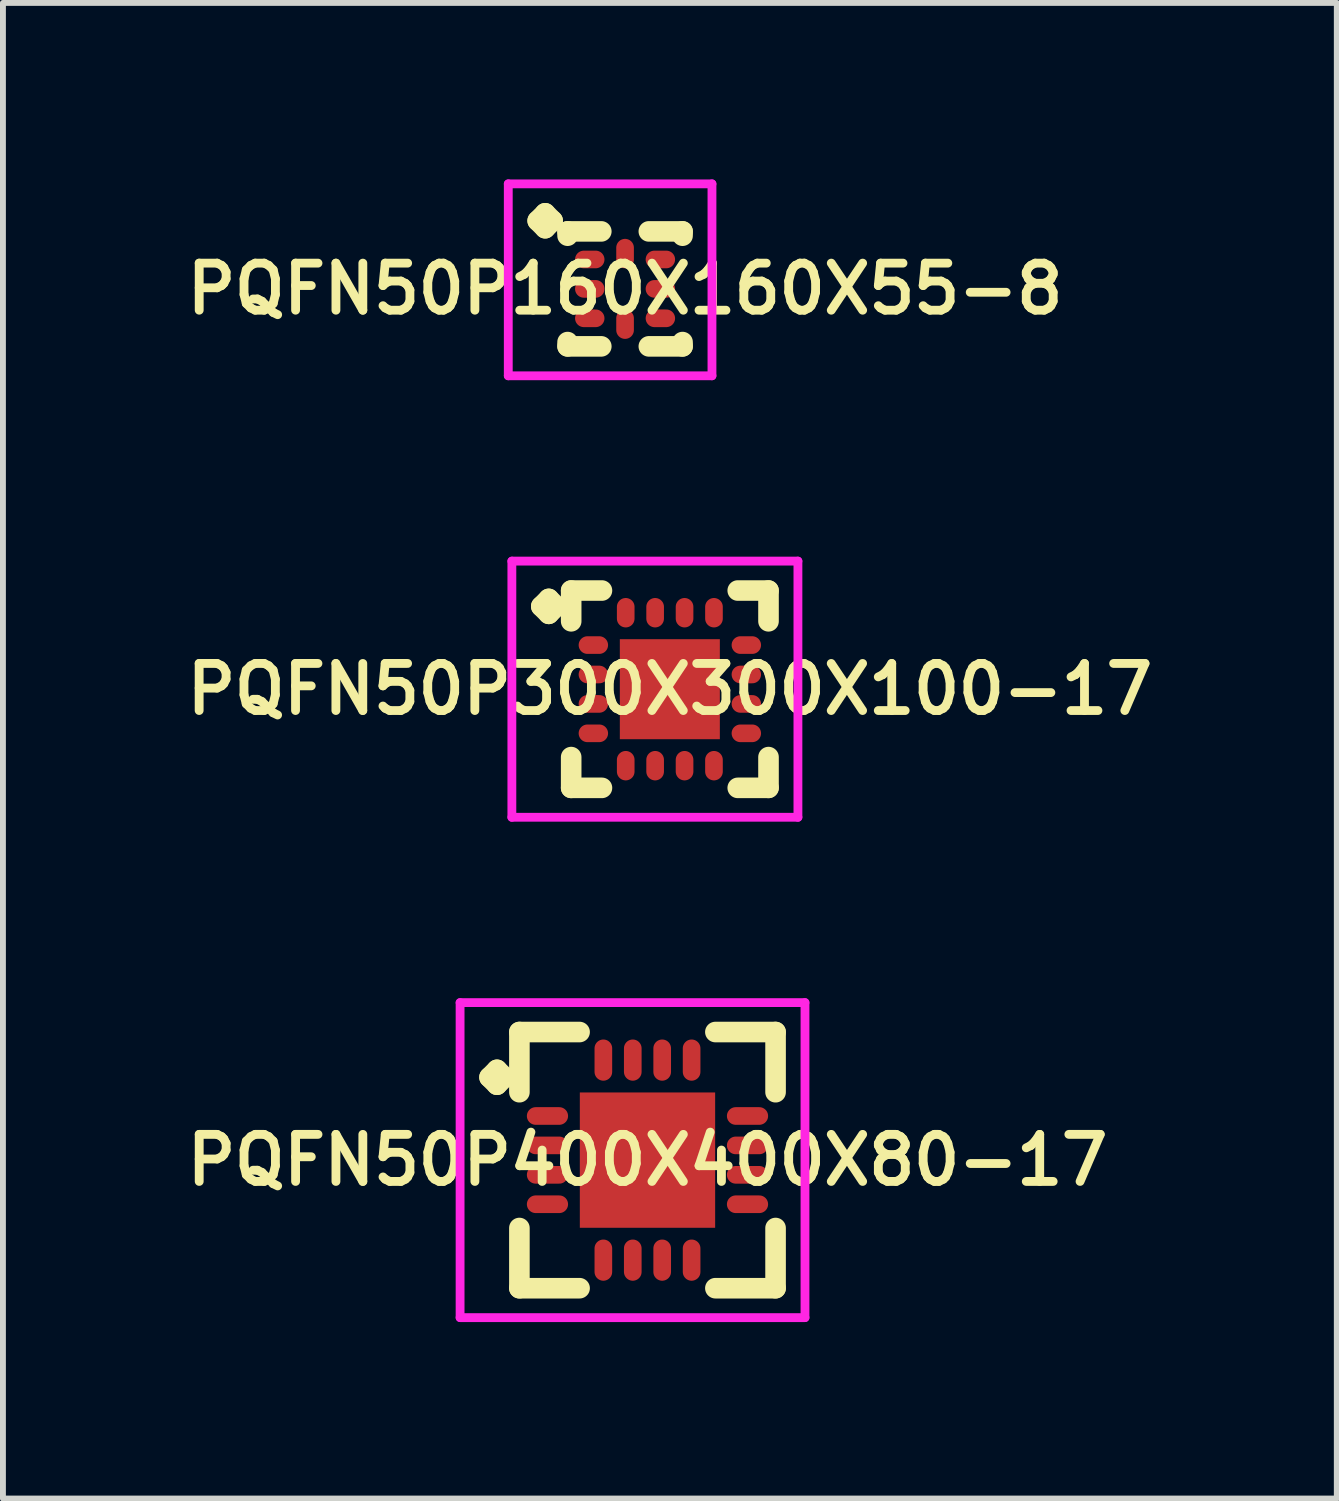
<source format=kicad_pcb>
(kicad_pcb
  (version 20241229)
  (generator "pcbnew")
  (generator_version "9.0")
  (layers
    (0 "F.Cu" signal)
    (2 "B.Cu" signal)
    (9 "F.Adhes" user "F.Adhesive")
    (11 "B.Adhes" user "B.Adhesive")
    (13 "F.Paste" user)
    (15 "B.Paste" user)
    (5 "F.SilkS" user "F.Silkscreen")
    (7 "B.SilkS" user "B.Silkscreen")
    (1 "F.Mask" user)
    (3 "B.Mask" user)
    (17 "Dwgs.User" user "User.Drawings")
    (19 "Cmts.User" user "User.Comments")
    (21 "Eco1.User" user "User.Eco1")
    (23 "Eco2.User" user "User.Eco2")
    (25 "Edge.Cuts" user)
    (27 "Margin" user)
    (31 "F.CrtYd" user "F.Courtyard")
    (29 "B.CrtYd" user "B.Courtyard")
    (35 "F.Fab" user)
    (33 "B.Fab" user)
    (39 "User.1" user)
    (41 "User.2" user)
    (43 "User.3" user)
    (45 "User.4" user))
  (footprint "PQFN50P400X400X80-17"
    (layer "F.Cu")
    (at 7.955 16.668)
    (property "Reference" "PQFN50P400X400X80-17" (at 0 0 0) (layer "F.SilkS") (effects (font (size 0.8 0.8) (thickness 0.15))))
    (attr smd)
    (fp_line (start -2.685 -1.408) (end -2.558 -1.535) (stroke (width 0.35) (type solid)) (layer "F.SilkS"))
    (fp_line (start -2.558 -1.535) (end -2.431 -1.408) (stroke (width 0.35) (type solid)) (layer "F.SilkS"))
    (fp_line (start -2.558 -1.281) (end -2.685 -1.408) (stroke (width 0.35) (type solid)) (layer "F.SilkS"))
    (fp_line (start -2.431 -1.408) (end -2.558 -1.281) (stroke (width 0.35) (type solid)) (layer "F.SilkS"))
    (fp_line (start -2.177 -2.177) (end -1.154 -2.177) (stroke (width 0.35) (type solid)) (layer "F.SilkS"))
    (fp_line (start -2.177 -1.154) (end -2.177 -2.177) (stroke (width 0.35) (type solid)) (layer "F.SilkS"))
    (fp_line (start -2.177 1.154) (end -2.177 2.177) (stroke (width 0.35) (type solid)) (layer "F.SilkS"))
    (fp_line (start -2.177 2.177) (end -1.154 2.177) (stroke (width 0.35) (type solid)) (layer "F.SilkS"))
    (fp_line (start 1.154 -2.177) (end 2.177 -2.177) (stroke (width 0.35) (type solid)) (layer "F.SilkS"))
    (fp_line (start 1.154 2.177) (end 2.177 2.177) (stroke (width 0.35) (type solid)) (layer "F.SilkS"))
    (fp_line (start 2.177 -2.177) (end 2.177 -1.154) (stroke (width 0.35) (type solid)) (layer "F.SilkS"))
    (fp_line (start 2.177 2.177) (end 2.177 1.154) (stroke (width 0.35) (type solid)) (layer "F.SilkS"))
    (fp_line (start -3.185 -2.677) (end 2.677 -2.677) (stroke (width 0.15) (type solid)) (layer "F.CrtYd"))
    (fp_line (start -3.185 2.677) (end -3.185 -2.677) (stroke (width 0.15) (type solid)) (layer "F.CrtYd"))
    (fp_line (start 2.677 -2.677) (end 2.677 2.677) (stroke (width 0.15) (type solid)) (layer "F.CrtYd"))
    (fp_line (start 2.677 2.677) (end -3.185 2.677) (stroke (width 0.15) (type solid)) (layer "F.CrtYd"))
    (pad "1" smd oval (at -1.7 -0.75) (size 0.7 0.3) (layers "F.Cu" "F.Mask" "F.Paste"))
    (pad "2" smd oval (at -1.7 -0.25) (size 0.7 0.3) (layers "F.Cu" "F.Mask" "F.Paste"))
    (pad "3" smd oval (at -1.7 0.25) (size 0.7 0.3) (layers "F.Cu" "F.Mask" "F.Paste"))
    (pad "4" smd oval (at -1.7 0.75) (size 0.7 0.3) (layers "F.Cu" "F.Mask" "F.Paste"))
    (pad "5" smd oval (at -0.75 1.7) (size 0.3 0.7) (layers "F.Cu" "F.Mask" "F.Paste"))
    (pad "6" smd oval (at -0.25 1.7) (size 0.3 0.7) (layers "F.Cu" "F.Mask" "F.Paste"))
    (pad "7" smd oval (at 0.25 1.7) (size 0.3 0.7) (layers "F.Cu" "F.Mask" "F.Paste"))
    (pad "8" smd oval (at 0.75 1.7) (size 0.3 0.7) (layers "F.Cu" "F.Mask" "F.Paste"))
    (pad "9" smd oval (at 1.7 0.75) (size 0.7 0.3) (layers "F.Cu" "F.Mask" "F.Paste"))
    (pad "10" smd oval (at 1.7 0.25) (size 0.7 0.3) (layers "F.Cu" "F.Mask" "F.Paste"))
    (pad "11" smd oval (at 1.7 -0.25) (size 0.7 0.3) (layers "F.Cu" "F.Mask" "F.Paste"))
    (pad "12" smd oval (at 1.7 -0.75) (size 0.7 0.3) (layers "F.Cu" "F.Mask" "F.Paste"))
    (pad "13" smd oval (at 0.75 -1.7) (size 0.3 0.7) (layers "F.Cu" "F.Mask" "F.Paste"))
    (pad "14" smd oval (at 0.25 -1.7) (size 0.3 0.7) (layers "F.Cu" "F.Mask" "F.Paste"))
    (pad "15" smd oval (at -0.25 -1.7) (size 0.3 0.7) (layers "F.Cu" "F.Mask" "F.Paste"))
    (pad "16" smd oval (at -0.75 -1.7) (size 0.3 0.7) (layers "F.Cu" "F.Mask" "F.Paste"))
    (pad "17" smd rect (at 0 0) (size 2.3 2.3) (layers "F.Cu" "F.Mask" "F.Paste")))
  (footprint "PQFN50P300X300X100-17"
    (layer "F.Cu")
    (at 8.335 8.664)
    (property "Reference" "PQFN50P300X300X100-17" (at 0 0 0) (layer "F.SilkS") (effects (font (size 0.8 0.8) (thickness 0.15))))
    (attr smd)
    (fp_line (start -2.185 -1.408) (end -2.058 -1.535) (stroke (width 0.35) (type solid)) (layer "F.SilkS"))
    (fp_line (start -2.058 -1.535) (end -1.931 -1.408) (stroke (width 0.35) (type solid)) (layer "F.SilkS"))
    (fp_line (start -2.058 -1.281) (end -2.185 -1.408) (stroke (width 0.35) (type solid)) (layer "F.SilkS"))
    (fp_line (start -1.931 -1.408) (end -2.058 -1.281) (stroke (width 0.35) (type solid)) (layer "F.SilkS"))
    (fp_line (start -1.677 -1.677) (end -1.154 -1.677) (stroke (width 0.35) (type solid)) (layer "F.SilkS"))
    (fp_line (start -1.677 -1.154) (end -1.677 -1.677) (stroke (width 0.35) (type solid)) (layer "F.SilkS"))
    (fp_line (start -1.677 1.154) (end -1.677 1.677) (stroke (width 0.35) (type solid)) (layer "F.SilkS"))
    (fp_line (start -1.677 1.677) (end -1.154 1.677) (stroke (width 0.35) (type solid)) (layer "F.SilkS"))
    (fp_line (start 1.154 -1.677) (end 1.677 -1.677) (stroke (width 0.35) (type solid)) (layer "F.SilkS"))
    (fp_line (start 1.154 1.677) (end 1.677 1.677) (stroke (width 0.35) (type solid)) (layer "F.SilkS"))
    (fp_line (start 1.677 -1.677) (end 1.677 -1.154) (stroke (width 0.35) (type solid)) (layer "F.SilkS"))
    (fp_line (start 1.677 1.677) (end 1.677 1.154) (stroke (width 0.35) (type solid)) (layer "F.SilkS"))
    (fp_line (start -2.685 -2.177) (end 2.177 -2.177) (stroke (width 0.15) (type solid)) (layer "F.CrtYd"))
    (fp_line (start -2.685 2.177) (end -2.685 -2.177) (stroke (width 0.15) (type solid)) (layer "F.CrtYd"))
    (fp_line (start 2.177 -2.177) (end 2.177 2.177) (stroke (width 0.15) (type solid)) (layer "F.CrtYd"))
    (fp_line (start 2.177 2.177) (end -2.685 2.177) (stroke (width 0.15) (type solid)) (layer "F.CrtYd"))
    (pad "1" smd oval (at -1.3 -0.75) (size 0.5 0.3) (layers "F.Cu" "F.Mask" "F.Paste"))
    (pad "2" smd oval (at -1.3 -0.25) (size 0.5 0.3) (layers "F.Cu" "F.Mask" "F.Paste"))
    (pad "3" smd oval (at -1.3 0.25) (size 0.5 0.3) (layers "F.Cu" "F.Mask" "F.Paste"))
    (pad "4" smd oval (at -1.3 0.75) (size 0.5 0.3) (layers "F.Cu" "F.Mask" "F.Paste"))
    (pad "5" smd oval (at -0.75 1.3) (size 0.3 0.5) (layers "F.Cu" "F.Mask" "F.Paste"))
    (pad "6" smd oval (at -0.25 1.3) (size 0.3 0.5) (layers "F.Cu" "F.Mask" "F.Paste"))
    (pad "7" smd oval (at 0.25 1.3) (size 0.3 0.5) (layers "F.Cu" "F.Mask" "F.Paste"))
    (pad "8" smd oval (at 0.75 1.3) (size 0.3 0.5) (layers "F.Cu" "F.Mask" "F.Paste"))
    (pad "9" smd oval (at 1.3 0.75) (size 0.5 0.3) (layers "F.Cu" "F.Mask" "F.Paste"))
    (pad "10" smd oval (at 1.3 0.25) (size 0.5 0.3) (layers "F.Cu" "F.Mask" "F.Paste"))
    (pad "11" smd oval (at 1.3 -0.25) (size 0.5 0.3) (layers "F.Cu" "F.Mask" "F.Paste"))
    (pad "12" smd oval (at 1.3 -0.75) (size 0.5 0.3) (layers "F.Cu" "F.Mask" "F.Paste"))
    (pad "13" smd oval (at 0.75 -1.3) (size 0.3 0.5) (layers "F.Cu" "F.Mask" "F.Paste"))
    (pad "14" smd oval (at 0.25 -1.3) (size 0.3 0.5) (layers "F.Cu" "F.Mask" "F.Paste"))
    (pad "15" smd oval (at -0.25 -1.3) (size 0.3 0.5) (layers "F.Cu" "F.Mask" "F.Paste"))
    (pad "16" smd oval (at -0.75 -1.3) (size 0.3 0.5) (layers "F.Cu" "F.Mask" "F.Paste"))
    (pad "17" smd rect (at 0 0) (size 1.7 1.7) (layers "F.Cu" "F.Mask" "F.Paste")))
  (footprint "PQFN50P160X160X55-8"
    (layer "F.Cu")
    (at 7.574 1.86)
    (property "Reference" "PQFN50P160X160X55-8" (at 0 0 0) (layer "F.SilkS") (effects (font (size 0.8 0.8) (thickness 0.15))))
    (attr smd)
    (fp_line (start -1.485 -1.158) (end -1.358 -1.285) (stroke (width 0.35) (type solid)) (layer "F.SilkS"))
    (fp_line (start -1.358 -1.285) (end -1.231 -1.158) (stroke (width 0.35) (type solid)) (layer "F.SilkS"))
    (fp_line (start -1.358 -1.031) (end -1.485 -1.158) (stroke (width 0.35) (type solid)) (layer "F.SilkS"))
    (fp_line (start -1.231 -1.158) (end -1.358 -1.031) (stroke (width 0.35) (type solid)) (layer "F.SilkS"))
    (fp_line (start -0.977 -0.977) (end -0.404 -0.977) (stroke (width 0.35) (type solid)) (layer "F.SilkS"))
    (fp_line (start -0.977 -0.904) (end -0.977 -0.977) (stroke (width 0.35) (type solid)) (layer "F.SilkS"))
    (fp_line (start -0.977 0.904) (end -0.977 0.977) (stroke (width 0.35) (type solid)) (layer "F.SilkS"))
    (fp_line (start -0.977 0.977) (end -0.404 0.977) (stroke (width 0.35) (type solid)) (layer "F.SilkS"))
    (fp_line (start 0.404 -0.977) (end 0.977 -0.977) (stroke (width 0.35) (type solid)) (layer "F.SilkS"))
    (fp_line (start 0.404 0.977) (end 0.977 0.977) (stroke (width 0.35) (type solid)) (layer "F.SilkS"))
    (fp_line (start 0.977 -0.977) (end 0.977 -0.904) (stroke (width 0.35) (type solid)) (layer "F.SilkS"))
    (fp_line (start 0.977 0.977) (end 0.977 0.904) (stroke (width 0.35) (type solid)) (layer "F.SilkS"))
    (fp_line (start -1.985 -1.785) (end 1.477 -1.785) (stroke (width 0.15) (type solid)) (layer "F.CrtYd"))
    (fp_line (start -1.985 1.477) (end -1.985 -1.785) (stroke (width 0.15) (type solid)) (layer "F.CrtYd"))
    (fp_line (start 1.477 -1.785) (end 1.477 1.477) (stroke (width 0.15) (type solid)) (layer "F.CrtYd"))
    (fp_line (start 1.477 1.477) (end -1.985 1.477) (stroke (width 0.15) (type solid)) (layer "F.CrtYd"))
    (pad "1" smd oval (at -0.6 -0.5) (size 0.5 0.3) (layers "F.Cu" "F.Mask" "F.Paste"))
    (pad "2" smd oval (at -0.6 0) (size 0.5 0.3) (layers "F.Cu" "F.Mask" "F.Paste"))
    (pad "3" smd oval (at -0.6 0.5) (size 0.5 0.3) (layers "F.Cu" "F.Mask" "F.Paste"))
    (pad "4" smd oval (at 0 0.6) (size 0.3 0.5) (layers "F.Cu" "F.Mask" "F.Paste"))
    (pad "5" smd oval (at 0.6 0.5) (size 0.5 0.3) (layers "F.Cu" "F.Mask" "F.Paste"))
    (pad "6" smd oval (at 0.6 0) (size 0.5 0.3) (layers "F.Cu" "F.Mask" "F.Paste"))
    (pad "7" smd oval (at 0.6 -0.5) (size 0.5 0.3) (layers "F.Cu" "F.Mask" "F.Paste"))
    (pad "8" smd oval (at 0 -0.6) (size 0.3 0.5) (layers "F.Cu" "F.Mask" "F.Paste")))
  (gr_rect
    (start -3 -3)
    (end 19.671 22.42)
    (stroke (width 0.1) (type default))
    (fill no)
    (layer "Edge.Cuts")))
</source>
